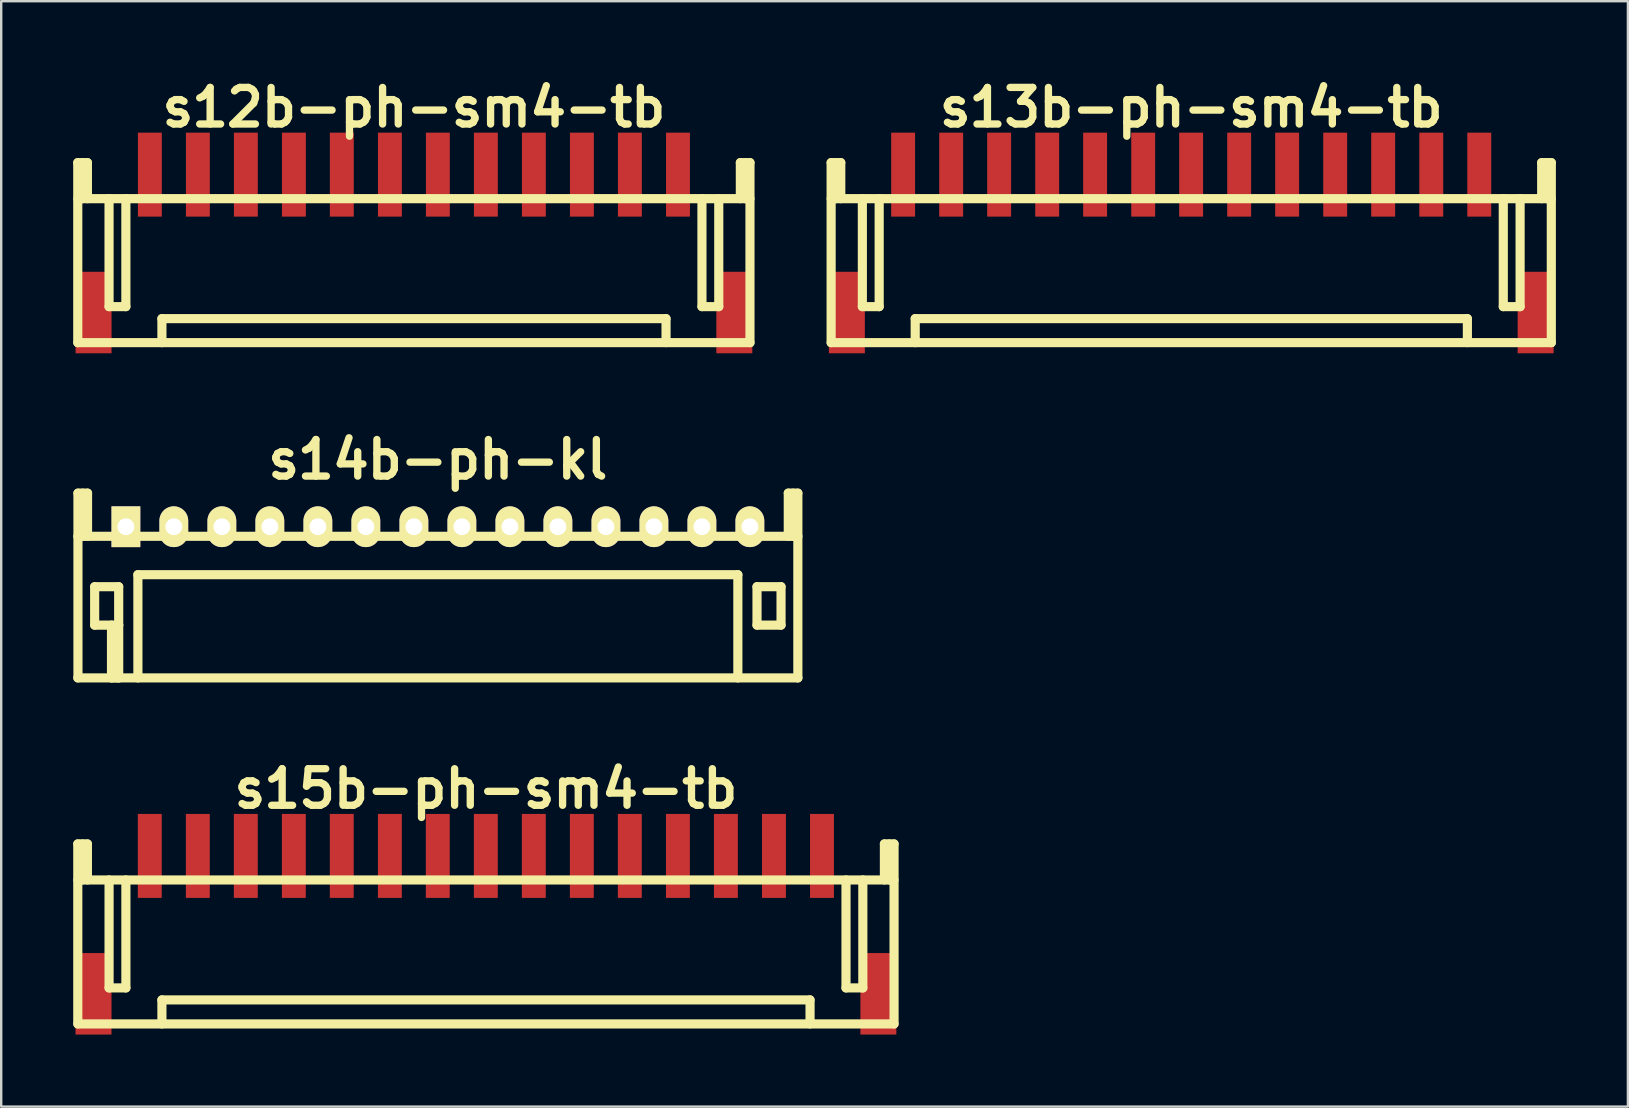
<source format=kicad_pcb>
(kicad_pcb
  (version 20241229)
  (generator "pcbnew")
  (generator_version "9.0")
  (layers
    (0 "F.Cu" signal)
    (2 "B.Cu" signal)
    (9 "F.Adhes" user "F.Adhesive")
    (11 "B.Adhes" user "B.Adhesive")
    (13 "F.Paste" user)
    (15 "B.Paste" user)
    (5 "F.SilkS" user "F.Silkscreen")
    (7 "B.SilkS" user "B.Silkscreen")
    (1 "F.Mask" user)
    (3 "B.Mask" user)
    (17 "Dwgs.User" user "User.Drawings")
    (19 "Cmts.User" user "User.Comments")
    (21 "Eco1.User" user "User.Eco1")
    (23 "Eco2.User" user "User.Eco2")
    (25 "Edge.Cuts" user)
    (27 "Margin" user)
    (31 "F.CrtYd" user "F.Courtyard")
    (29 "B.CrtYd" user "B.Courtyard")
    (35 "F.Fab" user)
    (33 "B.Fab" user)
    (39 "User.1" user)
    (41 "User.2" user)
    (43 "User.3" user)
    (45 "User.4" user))
  (footprint "s15b-ph-sm4-tb"
    (layer "F.Cu")
    (at 17.196 32.61)
    (property "Reference" "s15b-ph-sm4-tb" (at 0 -2.799 0) (layer "F.SilkS") (effects (font (size 1.524 1.524) (thickness 0.305))))
    (attr through_hole)
    (fp_line (start -17.005 7) (end -17.005 -0.5) (stroke (width 0.381) (type solid)) (layer "F.SilkS"))
    (fp_line (start -17 7) (end 17 7) (stroke (width 0.381) (type solid)) (layer "F.SilkS"))
    (fp_line (start -16.805 -0.5) (end -16.805 1.001) (stroke (width 0.381) (type solid)) (layer "F.SilkS"))
    (fp_line (start -16.604 -0.5) (end -17.005 -0.5) (stroke (width 0.381) (type solid)) (layer "F.SilkS"))
    (fp_line (start -16.604 1.001) (end -16.604 -0.5) (stroke (width 0.381) (type solid)) (layer "F.SilkS"))
    (fp_line (start -15.702 5.499) (end -15.702 1.001) (stroke (width 0.381) (type solid)) (layer "F.SilkS"))
    (fp_line (start -15.001 1.001) (end -15.001 5.499) (stroke (width 0.381) (type solid)) (layer "F.SilkS"))
    (fp_line (start -15.001 5.499) (end -15.702 5.499) (stroke (width 0.381) (type solid)) (layer "F.SilkS"))
    (fp_line (start -13.5 7) (end -13.5 5.999) (stroke (width 0.381) (type solid)) (layer "F.SilkS"))
    (fp_line (start 13.5 5.999) (end -13.5 5.999) (stroke (width 0.381) (type solid)) (layer "F.SilkS"))
    (fp_line (start 13.503 5.999) (end 13.503 6.998) (stroke (width 0.381) (type solid)) (layer "F.SilkS"))
    (fp_line (start 15.001 1.001) (end 15.001 5.499) (stroke (width 0.381) (type solid)) (layer "F.SilkS"))
    (fp_line (start 15.001 5.499) (end 15.702 5.499) (stroke (width 0.381) (type solid)) (layer "F.SilkS"))
    (fp_line (start 15.702 5.499) (end 15.702 1.001) (stroke (width 0.381) (type solid)) (layer "F.SilkS"))
    (fp_line (start 16.601 -0.5) (end 16.601 1.001) (stroke (width 0.381) (type solid)) (layer "F.SilkS"))
    (fp_line (start 16.802 1.001) (end 16.802 -0.5) (stroke (width 0.381) (type solid)) (layer "F.SilkS"))
    (fp_line (start 17 1.001) (end -17 1.001) (stroke (width 0.381) (type solid)) (layer "F.SilkS"))
    (fp_line (start 17.003 -0.5) (end 16.601 -0.5) (stroke (width 0.381) (type solid)) (layer "F.SilkS"))
    (fp_line (start 17.003 -0.5) (end 17.003 7) (stroke (width 0.381) (type solid)) (layer "F.SilkS"))
    (pad "" smd rect (at -16.35 5.745) (size 1.499 3.396) (layers "F.Cu" "F.Mask" "F.Paste"))
    (pad "" smd rect (at 16.35 5.745) (size 1.499 3.396) (layers "F.Cu" "F.Mask" "F.Paste"))
    (pad "1" smd rect (at -14.006 0) (size 0.996 3.498) (layers "F.Cu" "F.Mask" "F.Paste"))
    (pad "2" smd rect (at -12.004 0) (size 0.996 3.498) (layers "F.Cu" "F.Mask" "F.Paste"))
    (pad "3" smd rect (at -10.005 0) (size 0.996 3.498) (layers "F.Cu" "F.Mask" "F.Paste"))
    (pad "4" smd rect (at -8.004 0) (size 0.996 3.498) (layers "F.Cu" "F.Mask" "F.Paste"))
    (pad "5" smd rect (at -6.007 0) (size 0.996 3.498) (layers "F.Cu" "F.Mask" "F.Paste"))
    (pad "6" smd rect (at -4.003 0) (size 0.996 3.498) (layers "F.Cu" "F.Mask" "F.Paste"))
    (pad "7" smd rect (at -2.007 0) (size 0.996 3.498) (layers "F.Cu" "F.Mask" "F.Paste"))
    (pad "8" smd rect (at -0.005 0) (size 0.996 3.498) (layers "F.Cu" "F.Mask" "F.Paste"))
    (pad "9" smd rect (at 1.994 0) (size 0.996 3.498) (layers "F.Cu" "F.Mask" "F.Paste"))
    (pad "10" smd rect (at 3.995 0) (size 0.996 3.498) (layers "F.Cu" "F.Mask" "F.Paste"))
    (pad "11" smd rect (at 5.994 0) (size 0.996 3.498) (layers "F.Cu" "F.Mask" "F.Paste"))
    (pad "12" smd rect (at 7.998 0) (size 0.996 3.498) (layers "F.Cu" "F.Mask" "F.Paste"))
    (pad "13" smd rect (at 9.997 0) (size 0.996 3.498) (layers "F.Cu" "F.Mask" "F.Paste"))
    (pad "14" smd rect (at 11.999 0) (size 0.996 3.498) (layers "F.Cu" "F.Mask" "F.Paste"))
    (pad "15" smd rect (at 14 0) (size 0.996 3.498) (layers "F.Cu" "F.Mask" "F.Paste")))
  (footprint "s12b-ph-sm4-tb"
    (layer "F.Cu")
    (at 14.196 4.226)
    (property "Reference" "s12b-ph-sm4-tb" (at 0 -2.799 0) (layer "F.SilkS") (effects (font (size 1.524 1.524) (thickness 0.305))))
    (attr through_hole)
    (fp_line (start -14.006 7) (end -14.006 -0.5) (stroke (width 0.381) (type solid)) (layer "F.SilkS"))
    (fp_line (start -14 1.001) (end 14 1.001) (stroke (width 0.381) (type solid)) (layer "F.SilkS"))
    (fp_line (start -14 7) (end 14 7) (stroke (width 0.381) (type solid)) (layer "F.SilkS"))
    (fp_line (start -13.805 -0.5) (end -13.805 1.001) (stroke (width 0.381) (type solid)) (layer "F.SilkS"))
    (fp_line (start -13.604 -0.5) (end -14.006 -0.5) (stroke (width 0.381) (type solid)) (layer "F.SilkS"))
    (fp_line (start -13.604 1.001) (end -13.604 -0.5) (stroke (width 0.381) (type solid)) (layer "F.SilkS"))
    (fp_line (start -12.703 5.499) (end -12.703 1.001) (stroke (width 0.381) (type solid)) (layer "F.SilkS"))
    (fp_line (start -12.002 1.001) (end -12.002 5.499) (stroke (width 0.381) (type solid)) (layer "F.SilkS"))
    (fp_line (start -12.002 5.499) (end -12.703 5.499) (stroke (width 0.381) (type solid)) (layer "F.SilkS"))
    (fp_line (start -10.5 7) (end -10.5 5.999) (stroke (width 0.381) (type solid)) (layer "F.SilkS"))
    (fp_line (start 10.5 5.999) (end -10.5 5.999) (stroke (width 0.381) (type solid)) (layer "F.SilkS"))
    (fp_line (start 10.503 5.999) (end 10.503 6.998) (stroke (width 0.381) (type solid)) (layer "F.SilkS"))
    (fp_line (start 11.999 1.001) (end 11.999 5.499) (stroke (width 0.381) (type solid)) (layer "F.SilkS"))
    (fp_line (start 11.999 5.499) (end 12.7 5.499) (stroke (width 0.381) (type solid)) (layer "F.SilkS"))
    (fp_line (start 12.7 5.499) (end 12.7 1.001) (stroke (width 0.381) (type solid)) (layer "F.SilkS"))
    (fp_line (start 13.599 -0.5) (end 13.599 1.001) (stroke (width 0.381) (type solid)) (layer "F.SilkS"))
    (fp_line (start 13.8 1.001) (end 13.8 -0.5) (stroke (width 0.381) (type solid)) (layer "F.SilkS"))
    (fp_line (start 14 -0.5) (end 13.599 -0.5) (stroke (width 0.381) (type solid)) (layer "F.SilkS"))
    (fp_line (start 14 -0.5) (end 14 7) (stroke (width 0.381) (type solid)) (layer "F.SilkS"))
    (pad "" smd rect (at -13.348 5.745) (size 1.499 3.396) (layers "F.Cu" "F.Mask" "F.Paste"))
    (pad "" smd rect (at 13.348 5.745) (size 1.499 3.396) (layers "F.Cu" "F.Mask" "F.Paste"))
    (pad "1" smd rect (at -11.003 0) (size 0.996 3.498) (layers "F.Cu" "F.Mask" "F.Paste"))
    (pad "2" smd rect (at -9.002 0) (size 0.996 3.498) (layers "F.Cu" "F.Mask" "F.Paste"))
    (pad "3" smd rect (at -7.003 0) (size 0.996 3.498) (layers "F.Cu" "F.Mask" "F.Paste"))
    (pad "4" smd rect (at -5.001 0) (size 0.996 3.498) (layers "F.Cu" "F.Mask" "F.Paste"))
    (pad "5" smd rect (at -3.005 0) (size 0.996 3.498) (layers "F.Cu" "F.Mask" "F.Paste"))
    (pad "6" smd rect (at -1.001 0) (size 0.996 3.498) (layers "F.Cu" "F.Mask" "F.Paste"))
    (pad "7" smd rect (at 0.996 0) (size 0.996 3.498) (layers "F.Cu" "F.Mask" "F.Paste"))
    (pad "8" smd rect (at 2.997 0) (size 0.996 3.498) (layers "F.Cu" "F.Mask" "F.Paste"))
    (pad "9" smd rect (at 4.996 0) (size 0.996 3.498) (layers "F.Cu" "F.Mask" "F.Paste"))
    (pad "10" smd rect (at 6.998 0) (size 0.996 3.498) (layers "F.Cu" "F.Mask" "F.Paste"))
    (pad "11" smd rect (at 8.997 0) (size 0.996 3.498) (layers "F.Cu" "F.Mask" "F.Paste"))
    (pad "12" smd rect (at 11.001 0) (size 0.996 3.498) (layers "F.Cu" "F.Mask" "F.Paste")))
  (footprint "s14b-ph-kl"
    (layer "F.Cu")
    (at 15.192 18.895)
    (property "Reference" "s14b-ph-kl" (at 0 -2.799 0) (layer "F.SilkS") (effects (font (size 1.524 1.524) (thickness 0.305))))
    (attr through_hole)
    (fp_line (start -14.994 -1.4) (end -14.994 6.299) (stroke (width 0.381) (type solid)) (layer "F.SilkS"))
    (fp_line (start -14.793 -1.4) (end -14.793 0.399) (stroke (width 0.381) (type solid)) (layer "F.SilkS"))
    (fp_line (start -14.595 -1.4) (end -14.994 -1.4) (stroke (width 0.381) (type solid)) (layer "F.SilkS"))
    (fp_line (start -14.595 0.399) (end -14.595 -1.4) (stroke (width 0.381) (type solid)) (layer "F.SilkS"))
    (fp_line (start -14.298 2.499) (end -13.297 2.499) (stroke (width 0.381) (type solid)) (layer "F.SilkS"))
    (fp_line (start -14.298 4.1) (end -14.298 2.499) (stroke (width 0.381) (type solid)) (layer "F.SilkS"))
    (fp_line (start -13.597 6.299) (end -13.597 4.1) (stroke (width 0.381) (type solid)) (layer "F.SilkS"))
    (fp_line (start -13.297 2.499) (end -13.297 4.1) (stroke (width 0.381) (type solid)) (layer "F.SilkS"))
    (fp_line (start -13.297 4.1) (end -14.298 4.1) (stroke (width 0.381) (type solid)) (layer "F.SilkS"))
    (fp_line (start -13.297 4.1) (end -13.297 6.299) (stroke (width 0.381) (type solid)) (layer "F.SilkS"))
    (fp_line (start -13.297 6.299) (end -13.597 6.299) (stroke (width 0.381) (type solid)) (layer "F.SilkS"))
    (fp_line (start -12.499 1.999) (end 12.499 1.999) (stroke (width 0.381) (type solid)) (layer "F.SilkS"))
    (fp_line (start -12.497 1.999) (end -12.497 6.299) (stroke (width 0.381) (type solid)) (layer "F.SilkS"))
    (fp_line (start 12.499 1.999) (end 12.499 6.299) (stroke (width 0.381) (type solid)) (layer "F.SilkS"))
    (fp_line (start 13.297 2.499) (end 14.298 2.499) (stroke (width 0.381) (type solid)) (layer "F.SilkS"))
    (fp_line (start 13.297 4.1) (end 13.297 2.499) (stroke (width 0.381) (type solid)) (layer "F.SilkS"))
    (fp_line (start 14.298 2.499) (end 14.298 4.1) (stroke (width 0.381) (type solid)) (layer "F.SilkS"))
    (fp_line (start 14.298 4.1) (end 13.297 4.1) (stroke (width 0.381) (type solid)) (layer "F.SilkS"))
    (fp_line (start 14.6 -1.4) (end 14.6 0.399) (stroke (width 0.381) (type solid)) (layer "F.SilkS"))
    (fp_line (start 14.798 -1.4) (end 14.798 0.399) (stroke (width 0.381) (type solid)) (layer "F.SilkS"))
    (fp_line (start 14.999 -1.4) (end 14.6 -1.4) (stroke (width 0.381) (type solid)) (layer "F.SilkS"))
    (fp_line (start 14.999 6.299) (end 14.999 -1.4) (stroke (width 0.381) (type solid)) (layer "F.SilkS"))
    (fp_line (start 15.001 0.399) (end -15.001 0.399) (stroke (width 0.381) (type solid)) (layer "F.SilkS"))
    (fp_line (start 15.001 6.299) (end -15.001 6.299) (stroke (width 0.381) (type solid)) (layer "F.SilkS"))
    (pad "1" thru_hole rect (at -12.997 0) (size 1.199 1.699) (drill 0.701) (layers "*.Cu" "*.Mask" "F.SilkS"))
    (pad "2" thru_hole oval (at -11.001 0) (size 1.199 1.699) (drill 0.701) (layers "*.Cu" "*.Mask" "F.SilkS"))
    (pad "3" thru_hole oval (at -8.999 0) (size 1.199 1.699) (drill 0.701) (layers "*.Cu" "*.Mask" "F.SilkS"))
    (pad "4" thru_hole oval (at -7 0) (size 1.199 1.699) (drill 0.701) (layers "*.Cu" "*.Mask" "F.SilkS"))
    (pad "5" thru_hole oval (at -4.999 0) (size 1.199 1.699) (drill 0.701) (layers "*.Cu" "*.Mask" "F.SilkS"))
    (pad "6" thru_hole oval (at -3 0) (size 1.199 1.699) (drill 0.701) (layers "*.Cu" "*.Mask" "F.SilkS"))
    (pad "7" thru_hole oval (at -0.998 0) (size 1.199 1.699) (drill 0.701) (layers "*.Cu" "*.Mask" "F.SilkS"))
    (pad "8" thru_hole oval (at 1.001 0) (size 1.199 1.699) (drill 0.701) (layers "*.Cu" "*.Mask" "F.SilkS"))
    (pad "9" thru_hole oval (at 3.002 0) (size 1.199 1.699) (drill 0.701) (layers "*.Cu" "*.Mask" "F.SilkS"))
    (pad "10" thru_hole oval (at 5.001 0) (size 1.199 1.699) (drill 0.701) (layers "*.Cu" "*.Mask" "F.SilkS"))
    (pad "11" thru_hole oval (at 7.003 0) (size 1.199 1.699) (drill 0.701) (layers "*.Cu" "*.Mask" "F.SilkS"))
    (pad "12" thru_hole oval (at 9.002 0) (size 1.199 1.699) (drill 0.701) (layers "*.Cu" "*.Mask" "F.SilkS"))
    (pad "13" thru_hole oval (at 11.001 0) (size 1.199 1.699) (drill 0.701) (layers "*.Cu" "*.Mask" "F.SilkS"))
    (pad "14" thru_hole oval (at 13 0) (size 1.199 1.699) (drill 0.701) (layers "*.Cu" "*.Mask" "F.SilkS")))
  (footprint "s13b-ph-sm4-tb"
    (layer "F.Cu")
    (at 46.581 4.226)
    (property "Reference" "s13b-ph-sm4-tb" (at 0 -2.799 0) (layer "F.SilkS") (effects (font (size 1.524 1.524) (thickness 0.305))))
    (attr through_hole)
    (fp_line (start -15.004 7) (end -15.004 -0.5) (stroke (width 0.381) (type solid)) (layer "F.SilkS"))
    (fp_line (start -15.001 1.001) (end 15.001 1.001) (stroke (width 0.381) (type solid)) (layer "F.SilkS"))
    (fp_line (start -14.803 -0.5) (end -14.803 1.001) (stroke (width 0.381) (type solid)) (layer "F.SilkS"))
    (fp_line (start -14.602 -0.5) (end -15.004 -0.5) (stroke (width 0.381) (type solid)) (layer "F.SilkS"))
    (fp_line (start -14.602 1.001) (end -14.602 -0.5) (stroke (width 0.381) (type solid)) (layer "F.SilkS"))
    (fp_line (start -13.703 5.499) (end -13.703 1.001) (stroke (width 0.381) (type solid)) (layer "F.SilkS"))
    (fp_line (start -13.002 1.001) (end -13.002 5.499) (stroke (width 0.381) (type solid)) (layer "F.SilkS"))
    (fp_line (start -13.002 5.499) (end -13.703 5.499) (stroke (width 0.381) (type solid)) (layer "F.SilkS"))
    (fp_line (start -11.501 5.999) (end 11.501 5.999) (stroke (width 0.381) (type solid)) (layer "F.SilkS"))
    (fp_line (start -11.501 7) (end -11.501 5.999) (stroke (width 0.381) (type solid)) (layer "F.SilkS"))
    (fp_line (start 11.504 5.999) (end 11.504 6.998) (stroke (width 0.381) (type solid)) (layer "F.SilkS"))
    (fp_line (start 13 1.001) (end 13 5.499) (stroke (width 0.381) (type solid)) (layer "F.SilkS"))
    (fp_line (start 13 5.499) (end 13.701 5.499) (stroke (width 0.381) (type solid)) (layer "F.SilkS"))
    (fp_line (start 13.701 5.499) (end 13.701 1.001) (stroke (width 0.381) (type solid)) (layer "F.SilkS"))
    (fp_line (start 14.6 -0.5) (end 14.6 1.001) (stroke (width 0.381) (type solid)) (layer "F.SilkS"))
    (fp_line (start 14.801 1.001) (end 14.801 -0.5) (stroke (width 0.381) (type solid)) (layer "F.SilkS"))
    (fp_line (start 15.001 -0.5) (end 14.6 -0.5) (stroke (width 0.381) (type solid)) (layer "F.SilkS"))
    (fp_line (start 15.001 -0.5) (end 15.001 7) (stroke (width 0.381) (type solid)) (layer "F.SilkS"))
    (fp_line (start 15.001 7) (end -15.001 7) (stroke (width 0.381) (type solid)) (layer "F.SilkS"))
    (pad "" smd rect (at -14.348 5.745) (size 1.499 3.396) (layers "F.Cu" "F.Mask" "F.Paste"))
    (pad "" smd rect (at 14.348 5.745) (size 1.499 3.396) (layers "F.Cu" "F.Mask" "F.Paste"))
    (pad "1" smd rect (at -12.004 0) (size 0.996 3.498) (layers "F.Cu" "F.Mask" "F.Paste"))
    (pad "2" smd rect (at -10.003 0) (size 0.996 3.498) (layers "F.Cu" "F.Mask" "F.Paste"))
    (pad "3" smd rect (at -8.004 0) (size 0.996 3.498) (layers "F.Cu" "F.Mask" "F.Paste"))
    (pad "4" smd rect (at -6.002 0) (size 0.996 3.498) (layers "F.Cu" "F.Mask" "F.Paste"))
    (pad "5" smd rect (at -4.006 0) (size 0.996 3.498) (layers "F.Cu" "F.Mask" "F.Paste"))
    (pad "6" smd rect (at -2.002 0) (size 0.996 3.498) (layers "F.Cu" "F.Mask" "F.Paste"))
    (pad "7" smd rect (at -0.005 0) (size 0.996 3.498) (layers "F.Cu" "F.Mask" "F.Paste"))
    (pad "8" smd rect (at 1.996 0) (size 0.996 3.498) (layers "F.Cu" "F.Mask" "F.Paste"))
    (pad "9" smd rect (at 3.995 0) (size 0.996 3.498) (layers "F.Cu" "F.Mask" "F.Paste"))
    (pad "10" smd rect (at 5.997 0) (size 0.996 3.498) (layers "F.Cu" "F.Mask" "F.Paste"))
    (pad "11" smd rect (at 7.996 0) (size 0.996 3.498) (layers "F.Cu" "F.Mask" "F.Paste"))
    (pad "12" smd rect (at 10 0) (size 0.996 3.498) (layers "F.Cu" "F.Mask" "F.Paste"))
    (pad "13" smd rect (at 11.999 0) (size 0.996 3.498) (layers "F.Cu" "F.Mask" "F.Paste")))
  (gr_rect
    (start -3 -3)
    (end 64.773 43.053)
    (stroke (width 0.1) (type default))
    (fill no)
    (layer "Edge.Cuts")))
</source>
